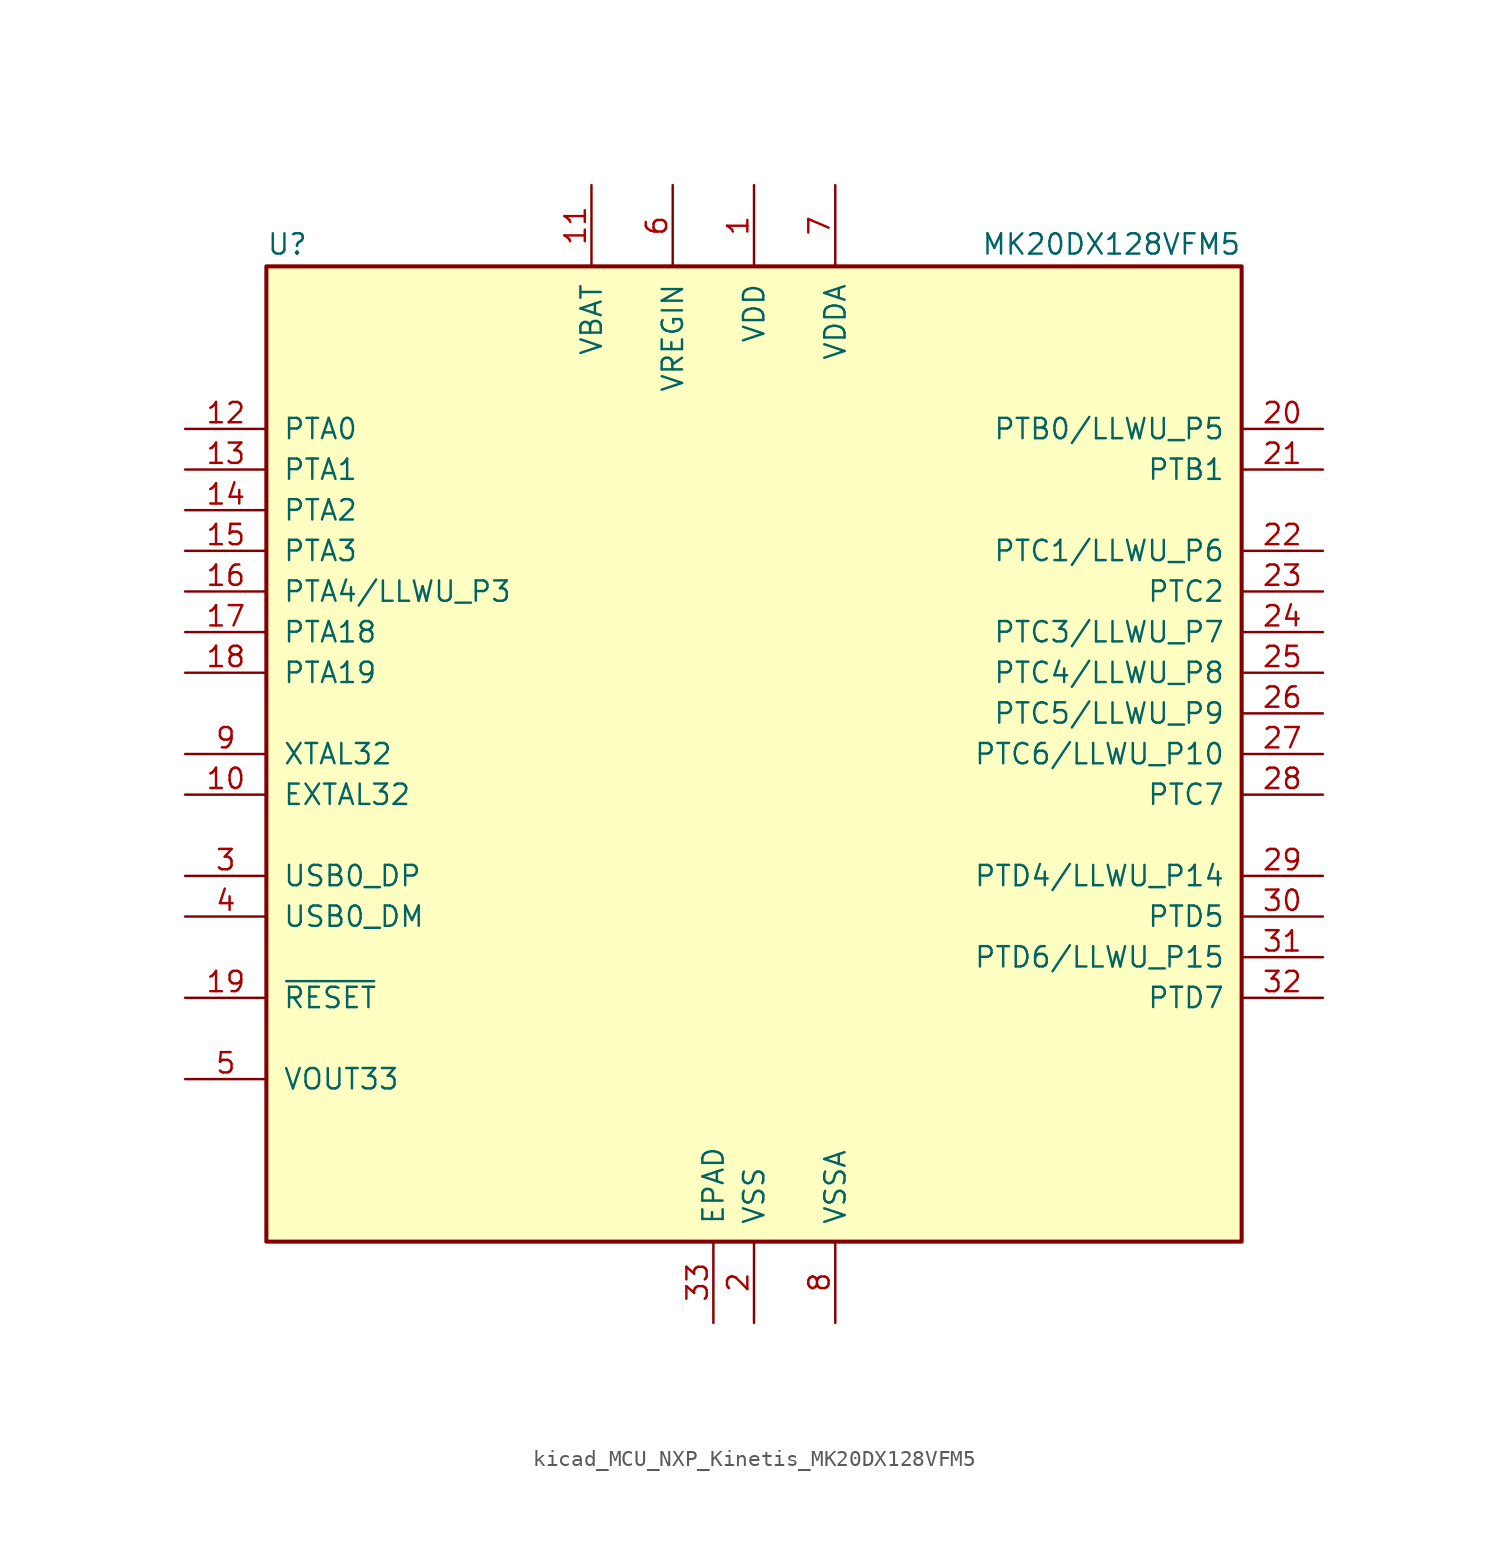
<source format=kicad_sym>
(kicad_symbol_lib
  (version 20220914)
  (generator kicad_symbol_editor)
  (symbol "kicad_MCU_NXP_Kinetis_MK20DX128VFM5"
    (pin_names
      (offset 1.016))
    (property "Reference" "U"
      (at -30.48 31.115 0)
      (effects (font (size 1.27 1.27)) (justify left bottom)))
    (property "Value" "MK20DX128VFM5"
      (at 30.48 31.115 0)
      (effects (font (size 1.27 1.27)) (justify right bottom)))
    (symbol "kicad_MCU_NXP_Kinetis_MK20DX128VFM5_0_1"
      (rectangle (start -30.48 30.48) (end 30.48 -30.48) (stroke (width 0.254) (type default)) (fill (type background)))
      (pin power_in line (at 0 35.56 270) (length 5.08) (name "VDD" (effects (font (size 1.27 1.27)))) (number "1" (effects (font (size 1.27 1.27)))))
      (pin input line (at -35.56 -2.54 0) (length 5.08) (name "EXTAL32" (effects (font (size 1.27 1.27)))) (number "10" (effects (font (size 1.27 1.27)))))
      (pin power_in line (at -10.16 35.56 270) (length 5.08) (name "VBAT" (effects (font (size 1.27 1.27)))) (number "11" (effects (font (size 1.27 1.27)))))
      (pin bidirectional line (at -35.56 20.32 0) (length 5.08) (name "PTA0" (effects (font (size 1.27 1.27)))) (number "12" (effects (font (size 1.27 1.27)))))
      (pin bidirectional line (at -35.56 17.78 0) (length 5.08) (name "PTA1" (effects (font (size 1.27 1.27)))) (number "13" (effects (font (size 1.27 1.27)))))
      (pin bidirectional line (at -35.56 15.24 0) (length 5.08) (name "PTA2" (effects (font (size 1.27 1.27)))) (number "14" (effects (font (size 1.27 1.27)))))
      (pin bidirectional line (at -35.56 12.7 0) (length 5.08) (name "PTA3" (effects (font (size 1.27 1.27)))) (number "15" (effects (font (size 1.27 1.27)))))
      (pin bidirectional line (at -35.56 10.16 0) (length 5.08) (name "PTA4/LLWU_P3" (effects (font (size 1.27 1.27)))) (number "16" (effects (font (size 1.27 1.27)))))
      (pin bidirectional line (at -35.56 7.62 0) (length 5.08) (name "PTA18" (effects (font (size 1.27 1.27)))) (number "17" (effects (font (size 1.27 1.27)))))
      (pin bidirectional line (at -35.56 5.08 0) (length 5.08) (name "PTA19" (effects (font (size 1.27 1.27)))) (number "18" (effects (font (size 1.27 1.27)))))
      (pin input line (at -35.56 -15.24 0) (length 5.08) (name "~{RESET}" (effects (font (size 1.27 1.27)))) (number "19" (effects (font (size 1.27 1.27)))))
      (pin power_in line (at 0 -35.56 90) (length 5.08) (name "VSS" (effects (font (size 1.27 1.27)))) (number "2" (effects (font (size 1.27 1.27)))))
      (pin bidirectional line (at 35.56 20.32 180) (length 5.08) (name "PTB0/LLWU_P5" (effects (font (size 1.27 1.27)))) (number "20" (effects (font (size 1.27 1.27)))))
      (pin bidirectional line (at 35.56 17.78 180) (length 5.08) (name "PTB1" (effects (font (size 1.27 1.27)))) (number "21" (effects (font (size 1.27 1.27)))))
      (pin bidirectional line (at 35.56 12.7 180) (length 5.08) (name "PTC1/LLWU_P6" (effects (font (size 1.27 1.27)))) (number "22" (effects (font (size 1.27 1.27)))))
      (pin bidirectional line (at 35.56 10.16 180) (length 5.08) (name "PTC2" (effects (font (size 1.27 1.27)))) (number "23" (effects (font (size 1.27 1.27)))))
      (pin bidirectional line (at 35.56 7.62 180) (length 5.08) (name "PTC3/LLWU_P7" (effects (font (size 1.27 1.27)))) (number "24" (effects (font (size 1.27 1.27)))))
      (pin bidirectional line (at 35.56 5.08 180) (length 5.08) (name "PTC4/LLWU_P8" (effects (font (size 1.27 1.27)))) (number "25" (effects (font (size 1.27 1.27)))))
      (pin bidirectional line (at 35.56 2.54 180) (length 5.08) (name "PTC5/LLWU_P9" (effects (font (size 1.27 1.27)))) (number "26" (effects (font (size 1.27 1.27)))))
      (pin bidirectional line (at 35.56 0 180) (length 5.08) (name "PTC6/LLWU_P10" (effects (font (size 1.27 1.27)))) (number "27" (effects (font (size 1.27 1.27)))))
      (pin bidirectional line (at 35.56 -2.54 180) (length 5.08) (name "PTC7" (effects (font (size 1.27 1.27)))) (number "28" (effects (font (size 1.27 1.27)))))
      (pin bidirectional line (at 35.56 -7.62 180) (length 5.08) (name "PTD4/LLWU_P14" (effects (font (size 1.27 1.27)))) (number "29" (effects (font (size 1.27 1.27)))))
      (pin bidirectional line (at -35.56 -7.62 0) (length 5.08) (name "USB0_DP" (effects (font (size 1.27 1.27)))) (number "3" (effects (font (size 1.27 1.27)))))
      (pin bidirectional line (at 35.56 -10.16 180) (length 5.08) (name "PTD5" (effects (font (size 1.27 1.27)))) (number "30" (effects (font (size 1.27 1.27)))))
      (pin bidirectional line (at 35.56 -12.7 180) (length 5.08) (name "PTD6/LLWU_P15" (effects (font (size 1.27 1.27)))) (number "31" (effects (font (size 1.27 1.27)))))
      (pin bidirectional line (at 35.56 -15.24 180) (length 5.08) (name "PTD7" (effects (font (size 1.27 1.27)))) (number "32" (effects (font (size 1.27 1.27)))))
      (pin power_out line (at -35.56 -20.32 0) (length 5.08) (name "VOUT33" (effects (font (size 1.27 1.27)))) (number "5" (effects (font (size 1.27 1.27)))))
      (pin power_in line (at -5.08 35.56 270) (length 5.08) (name "VREGIN" (effects (font (size 1.27 1.27)))) (number "6" (effects (font (size 1.27 1.27)))))
      (pin power_in line (at 5.08 35.56 270) (length 5.08) (name "VDDA" (effects (font (size 1.27 1.27)))) (number "7" (effects (font (size 1.27 1.27)))))
      (pin power_in line (at 5.08 -35.56 90) (length 5.08) (name "VSSA" (effects (font (size 1.27 1.27)))) (number "8" (effects (font (size 1.27 1.27)))))
      (pin input line (at -35.56 0 0) (length 5.08) (name "XTAL32" (effects (font (size 1.27 1.27)))) (number "9" (effects (font (size 1.27 1.27))))))
    (symbol "kicad_MCU_NXP_Kinetis_MK20DX128VFM5_1_1"
      (pin power_in line (at -2.54 -35.56 90) (length 5.08) (name "EPAD" (effects (font (size 1.27 1.27)))) (number "33" (effects (font (size 1.27 1.27)))))
      (pin bidirectional line (at -35.56 -10.16 0) (length 5.08) (name "USB0_DM" (effects (font (size 1.27 1.27)))) (number "4" (effects (font (size 1.27 1.27))))))))
</source>
